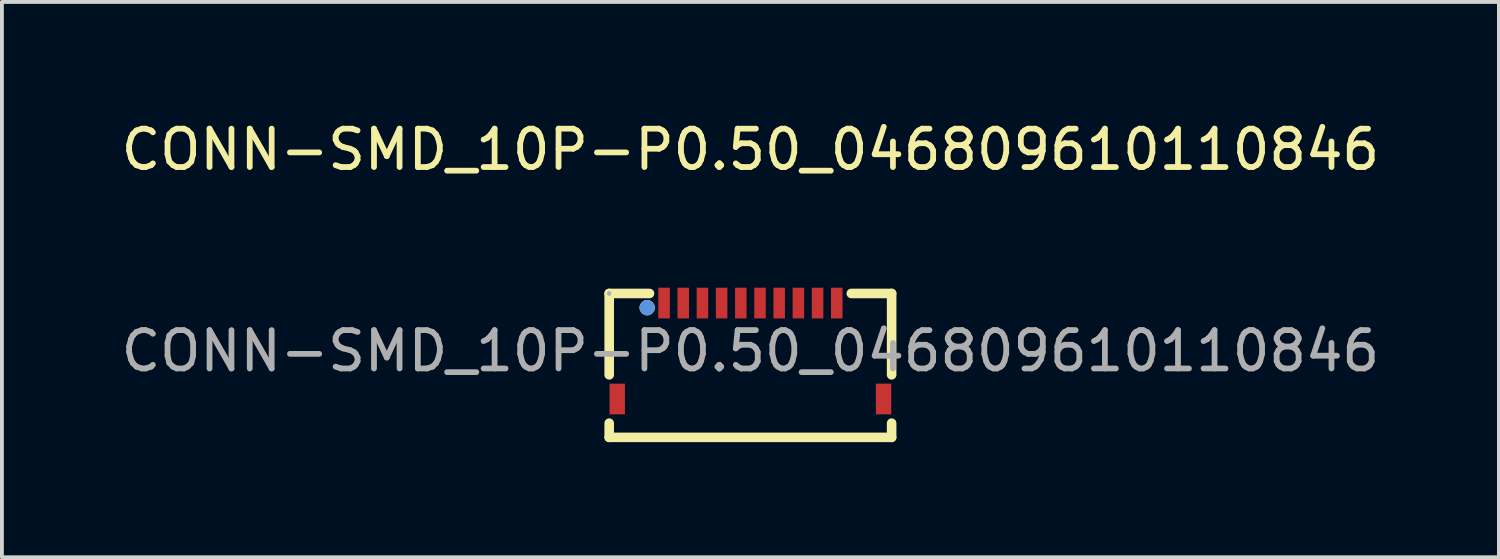
<source format=kicad_pcb>
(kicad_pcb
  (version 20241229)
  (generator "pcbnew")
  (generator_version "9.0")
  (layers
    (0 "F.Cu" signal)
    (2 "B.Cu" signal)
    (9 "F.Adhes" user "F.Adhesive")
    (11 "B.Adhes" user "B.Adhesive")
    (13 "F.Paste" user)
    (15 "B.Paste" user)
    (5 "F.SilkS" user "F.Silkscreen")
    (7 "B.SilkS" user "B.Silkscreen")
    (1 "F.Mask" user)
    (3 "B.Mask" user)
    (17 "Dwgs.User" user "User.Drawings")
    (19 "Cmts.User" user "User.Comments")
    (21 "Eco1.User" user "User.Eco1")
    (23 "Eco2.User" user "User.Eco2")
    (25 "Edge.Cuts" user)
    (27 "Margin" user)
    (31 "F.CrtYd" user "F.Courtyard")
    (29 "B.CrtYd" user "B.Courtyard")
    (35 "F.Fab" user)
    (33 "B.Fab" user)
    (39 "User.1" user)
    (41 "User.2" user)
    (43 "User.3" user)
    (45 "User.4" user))
  (footprint "CONN-SMD_10P-P0.50_046809610110846"
    (layer "F.Cu")
    (at 16.506 6.098)
    (property "Reference" "CONN-SMD_10P-P0.50_046809610110846" (at 0 -5.25 0) (layer "F.SilkS") (effects (font (size 1 1) (thickness 0.15))))
    (attr smd)
    (fp_line (start -3.68 0.62) (end -3.68 -1.5) (stroke (width 0.25) (type solid)) (layer "F.SilkS"))
    (fp_line (start -3.68 2.25) (end -3.68 1.88) (stroke (width 0.25) (type solid)) (layer "F.SilkS"))
    (fp_line (start -3.68 2.25) (end 3.68 2.25) (stroke (width 0.25) (type solid)) (layer "F.SilkS"))
    (fp_line (start -2.63 -1.5) (end -3.68 -1.5) (stroke (width 0.25) (type solid)) (layer "F.SilkS"))
    (fp_line (start 3.68 -1.5) (end 2.63 -1.5) (stroke (width 0.25) (type solid)) (layer "F.SilkS"))
    (fp_line (start 3.68 0.62) (end 3.68 -1.5) (stroke (width 0.25) (type solid)) (layer "F.SilkS"))
    (fp_line (start 3.68 2.25) (end 3.68 1.88) (stroke (width 0.25) (type solid)) (layer "F.SilkS"))
    (fp_circle (center -2.69 -1.13) (end -2.59 -1.13) (stroke (width 0.2) (type solid)) (fill no) (layer "F.SilkS"))
    (fp_circle (center -2.69 -1.13) (end -2.59 -1.13) (stroke (width 0.2) (type solid)) (fill no) (layer "Cmts.User"))
    (fp_circle (center -3.68 -1.5) (end -3.65 -1.5) (stroke (width 0.06) (type solid)) (fill no) (layer "F.Fab"))
    (fp_text user "${REFERENCE}" (at 0 0 0) (layer "F.Fab") (effects (font (size 1 1) (thickness 0.15))))
    (pad "1" smd rect (at -2.25 -1.25) (size 0.3 0.8) (layers "F.Cu" "F.Mask" "F.Paste"))
    (pad "2" smd rect (at -1.75 -1.25) (size 0.3 0.8) (layers "F.Cu" "F.Mask" "F.Paste"))
    (pad "3" smd rect (at -1.25 -1.25) (size 0.3 0.8) (layers "F.Cu" "F.Mask" "F.Paste"))
    (pad "4" smd rect (at -0.75 -1.25) (size 0.3 0.8) (layers "F.Cu" "F.Mask" "F.Paste"))
    (pad "5" smd rect (at -0.25 -1.25) (size 0.3 0.8) (layers "F.Cu" "F.Mask" "F.Paste"))
    (pad "6" smd rect (at 0.25 -1.25) (size 0.3 0.8) (layers "F.Cu" "F.Mask" "F.Paste"))
    (pad "7" smd rect (at 0.75 -1.25) (size 0.3 0.8) (layers "F.Cu" "F.Mask" "F.Paste"))
    (pad "8" smd rect (at 1.25 -1.25) (size 0.3 0.8) (layers "F.Cu" "F.Mask" "F.Paste"))
    (pad "9" smd rect (at 1.75 -1.25) (size 0.3 0.8) (layers "F.Cu" "F.Mask" "F.Paste"))
    (pad "10" smd rect (at 2.25 -1.25) (size 0.3 0.8) (layers "F.Cu" "F.Mask" "F.Paste"))
    (pad "11" smd rect (at -3.47 1.25) (size 0.4 0.8) (layers "F.Cu" "F.Mask" "F.Paste"))
    (pad "12" smd rect (at 3.47 1.25) (size 0.4 0.8) (layers "F.Cu" "F.Mask" "F.Paste")))
  (gr_rect
    (start -3 -3)
    (end 36.012 11.473)
    (stroke (width 0.1) (type default))
    (fill no)
    (layer "Edge.Cuts")))
</source>
